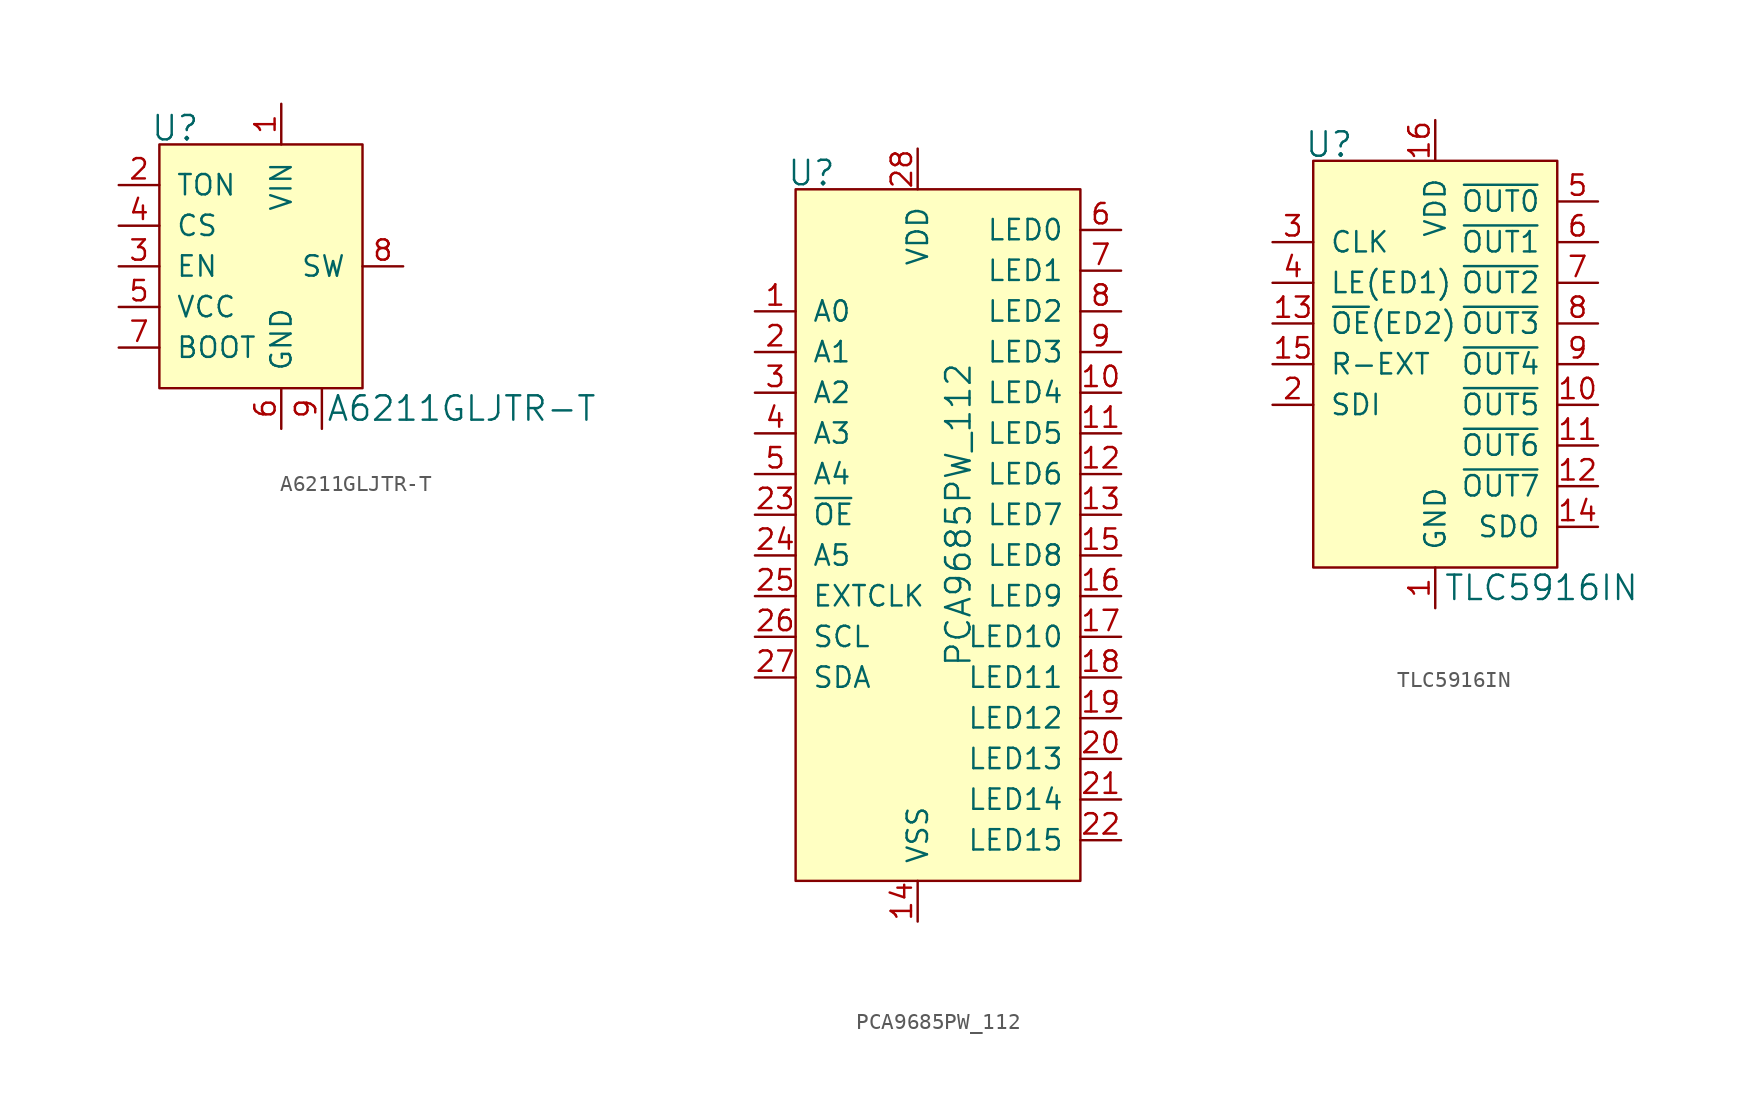
<source format=kicad_sym>
(kicad_symbol_lib
  (version 20231120)
  (generator "kicad_symbol_editor")
  (generator_version "8.0")
  (symbol "A6211GLJTR-T"
    (pin_names
      (offset 1.016))
    (property "Reference" "U"
      (at -2.54 6.096 0)
      (effects (font (size 1.524 1.524)) (justify right)))
    (property "Value" "A6211GLJTR-T"
      (at 5.334 -11.43 0)
      (effects (font (size 1.524 1.524)) (justify left)))
    (symbol "A6211GLJTR-T_0_1"
      (rectangle (start -5.08 5.08) (end 7.62 -10.16) (stroke (width 0) (type solid)) (fill (type background))))
    (symbol "A6211GLJTR-T_1_1"
      (pin power_in line (at 2.54 7.62 270) (length 2.54) (name "VIN" (effects (font (size 1.27 1.27)))) (number "1" (effects (font (size 1.27 1.27)))))
      (pin passive line (at -7.62 2.54 0) (length 2.54) (name "TON" (effects (font (size 1.27 1.27)))) (number "2" (effects (font (size 1.27 1.27)))))
      (pin input line (at -7.62 -2.54 0) (length 2.54) (name "EN" (effects (font (size 1.27 1.27)))) (number "3" (effects (font (size 1.27 1.27)))))
      (pin input line (at -7.62 0 0) (length 2.54) (name "CS" (effects (font (size 1.27 1.27)))) (number "4" (effects (font (size 1.27 1.27)))))
      (pin passive line (at -7.62 -5.08 0) (length 2.54) (name "VCC" (effects (font (size 1.27 1.27)))) (number "5" (effects (font (size 1.27 1.27)))))
      (pin power_in line (at 2.54 -12.7 90) (length 2.54) (name "GND" (effects (font (size 1.27 1.27)))) (number "6" (effects (font (size 1.27 1.27)))))
      (pin passive line (at -7.62 -7.62 0) (length 2.54) (name "BOOT" (effects (font (size 1.27 1.27)))) (number "7" (effects (font (size 1.27 1.27)))))
      (pin output line (at 10.16 -2.54 180) (length 2.54) (name "SW" (effects (font (size 1.27 1.27)))) (number "8" (effects (font (size 1.27 1.27)))))
      (pin power_in line (at 5.08 -12.7 90) (length 2.54) (name "~" (effects (font (size 1.27 1.27)))) (number "9" (effects (font (size 1.27 1.27)))))))
  (symbol "PCA9685PW_112"
    (pin_names
      (offset 1.016))
    (property "Reference" "U"
      (at -7.62 21.336 0)
      (effects (font (size 1.524 1.524)) (justify right)))
    (property "Value" "PCA9685PW_112"
      (at 0 0 90)
      (effects (font (size 1.524 1.524))))
    (symbol "PCA9685PW_112_0_1"
      (rectangle (start -10.16 20.32) (end 7.62 -22.86) (stroke (width 0) (type solid)) (fill (type background))))
    (symbol "PCA9685PW_112_1_1"
      (pin input line (at -12.7 12.7 0) (length 2.54) (name "A0" (effects (font (size 1.27 1.27)))) (number "1" (effects (font (size 1.27 1.27)))))
      (pin power_out line (at 10.16 7.62 180) (length 2.54) (name "LED4" (effects (font (size 1.27 1.27)))) (number "10" (effects (font (size 1.27 1.27)))))
      (pin power_out line (at 10.16 5.08 180) (length 2.54) (name "LED5" (effects (font (size 1.27 1.27)))) (number "11" (effects (font (size 1.27 1.27)))))
      (pin power_out line (at 10.16 2.54 180) (length 2.54) (name "LED6" (effects (font (size 1.27 1.27)))) (number "12" (effects (font (size 1.27 1.27)))))
      (pin power_out line (at 10.16 0 180) (length 2.54) (name "LED7" (effects (font (size 1.27 1.27)))) (number "13" (effects (font (size 1.27 1.27)))))
      (pin power_in line (at -2.54 -25.4 90) (length 2.54) (name "VSS" (effects (font (size 1.27 1.27)))) (number "14" (effects (font (size 1.27 1.27)))))
      (pin power_out line (at 10.16 -2.54 180) (length 2.54) (name "LED8" (effects (font (size 1.27 1.27)))) (number "15" (effects (font (size 1.27 1.27)))))
      (pin power_out line (at 10.16 -5.08 180) (length 2.54) (name "LED9" (effects (font (size 1.27 1.27)))) (number "16" (effects (font (size 1.27 1.27)))))
      (pin power_out line (at 10.16 -7.62 180) (length 2.54) (name "LED10" (effects (font (size 1.27 1.27)))) (number "17" (effects (font (size 1.27 1.27)))))
      (pin power_out line (at 10.16 -10.16 180) (length 2.54) (name "LED11" (effects (font (size 1.27 1.27)))) (number "18" (effects (font (size 1.27 1.27)))))
      (pin power_out line (at 10.16 -12.7 180) (length 2.54) (name "LED12" (effects (font (size 1.27 1.27)))) (number "19" (effects (font (size 1.27 1.27)))))
      (pin input line (at -12.7 10.16 0) (length 2.54) (name "A1" (effects (font (size 1.27 1.27)))) (number "2" (effects (font (size 1.27 1.27)))))
      (pin power_out line (at 10.16 -15.24 180) (length 2.54) (name "LED13" (effects (font (size 1.27 1.27)))) (number "20" (effects (font (size 1.27 1.27)))))
      (pin power_out line (at 10.16 -17.78 180) (length 2.54) (name "LED14" (effects (font (size 1.27 1.27)))) (number "21" (effects (font (size 1.27 1.27)))))
      (pin power_out line (at 10.16 -20.32 180) (length 2.54) (name "LED15" (effects (font (size 1.27 1.27)))) (number "22" (effects (font (size 1.27 1.27)))))
      (pin input line (at -12.7 0 0) (length 2.54) (name "~{OE}" (effects (font (size 1.27 1.27)))) (number "23" (effects (font (size 1.27 1.27)))))
      (pin input line (at -12.7 -2.54 0) (length 2.54) (name "A5" (effects (font (size 1.27 1.27)))) (number "24" (effects (font (size 1.27 1.27)))))
      (pin input line (at -12.7 -5.08 0) (length 2.54) (name "EXTCLK" (effects (font (size 1.27 1.27)))) (number "25" (effects (font (size 1.27 1.27)))))
      (pin input line (at -12.7 -7.62 0) (length 2.54) (name "SCL" (effects (font (size 1.27 1.27)))) (number "26" (effects (font (size 1.27 1.27)))))
      (pin bidirectional line (at -12.7 -10.16 0) (length 2.54) (name "SDA" (effects (font (size 1.27 1.27)))) (number "27" (effects (font (size 1.27 1.27)))))
      (pin power_in line (at -2.54 22.86 270) (length 2.54) (name "VDD" (effects (font (size 1.27 1.27)))) (number "28" (effects (font (size 1.27 1.27)))))
      (pin input line (at -12.7 7.62 0) (length 2.54) (name "A2" (effects (font (size 1.27 1.27)))) (number "3" (effects (font (size 1.27 1.27)))))
      (pin input line (at -12.7 5.08 0) (length 2.54) (name "A3" (effects (font (size 1.27 1.27)))) (number "4" (effects (font (size 1.27 1.27)))))
      (pin input line (at -12.7 2.54 0) (length 2.54) (name "A4" (effects (font (size 1.27 1.27)))) (number "5" (effects (font (size 1.27 1.27)))))
      (pin power_out line (at 10.16 17.78 180) (length 2.54) (name "LED0" (effects (font (size 1.27 1.27)))) (number "6" (effects (font (size 1.27 1.27)))))
      (pin power_out line (at 10.16 15.24 180) (length 2.54) (name "LED1" (effects (font (size 1.27 1.27)))) (number "7" (effects (font (size 1.27 1.27)))))
      (pin power_out line (at 10.16 12.7 180) (length 2.54) (name "LED2" (effects (font (size 1.27 1.27)))) (number "8" (effects (font (size 1.27 1.27)))))
      (pin power_out line (at 10.16 10.16 180) (length 2.54) (name "LED3" (effects (font (size 1.27 1.27)))) (number "9" (effects (font (size 1.27 1.27)))))))
  (symbol "TLC5916IN"
    (pin_names
      (offset 1.016))
    (property "Reference" "U"
      (at -5.08 6.096 0)
      (effects (font (size 1.524 1.524)) (justify right)))
    (property "Value" "TLC5916IN"
      (at 0.508 -21.59 0)
      (effects (font (size 1.524 1.524)) (justify left)))
    (symbol "TLC5916IN_0_1"
      (rectangle (start 7.62 5.08) (end -7.62 -20.32) (stroke (width 0) (type solid)) (fill (type background))))
    (symbol "TLC5916IN_1_1"
      (pin power_in line (at 0 -22.86 90) (length 2.54) (name "GND" (effects (font (size 1.27 1.27)))) (number "1" (effects (font (size 1.27 1.27)))))
      (pin power_out line (at 10.16 -10.16 180) (length 2.54) (name "~{OUT5}" (effects (font (size 1.27 1.27)))) (number "10" (effects (font (size 1.27 1.27)))))
      (pin power_out line (at 10.16 -12.7 180) (length 2.54) (name "~{OUT6}" (effects (font (size 1.27 1.27)))) (number "11" (effects (font (size 1.27 1.27)))))
      (pin power_out line (at 10.16 -15.24 180) (length 2.54) (name "~{OUT7}" (effects (font (size 1.27 1.27)))) (number "12" (effects (font (size 1.27 1.27)))))
      (pin input line (at -10.16 -5.08 0) (length 2.54) (name "~{OE}(ED2)" (effects (font (size 1.27 1.27)))) (number "13" (effects (font (size 1.27 1.27)))))
      (pin power_out line (at 10.16 -17.78 180) (length 2.54) (name "SDO" (effects (font (size 1.27 1.27)))) (number "14" (effects (font (size 1.27 1.27)))))
      (pin passive line (at -10.16 -7.62 0) (length 2.54) (name "R-EXT" (effects (font (size 1.27 1.27)))) (number "15" (effects (font (size 1.27 1.27)))))
      (pin power_in line (at 0 7.62 270) (length 2.54) (name "VDD" (effects (font (size 1.27 1.27)))) (number "16" (effects (font (size 1.27 1.27)))))
      (pin input line (at -10.16 -10.16 0) (length 2.54) (name "SDI" (effects (font (size 1.27 1.27)))) (number "2" (effects (font (size 1.27 1.27)))))
      (pin input line (at -10.16 0 0) (length 2.54) (name "CLK" (effects (font (size 1.27 1.27)))) (number "3" (effects (font (size 1.27 1.27)))))
      (pin input line (at -10.16 -2.54 0) (length 2.54) (name "LE(ED1)" (effects (font (size 1.27 1.27)))) (number "4" (effects (font (size 1.27 1.27)))))
      (pin power_out line (at 10.16 2.54 180) (length 2.54) (name "~{OUT0}" (effects (font (size 1.27 1.27)))) (number "5" (effects (font (size 1.27 1.27)))))
      (pin power_out line (at 10.16 0 180) (length 2.54) (name "~{OUT1}" (effects (font (size 1.27 1.27)))) (number "6" (effects (font (size 1.27 1.27)))))
      (pin power_out line (at 10.16 -2.54 180) (length 2.54) (name "~{OUT2}" (effects (font (size 1.27 1.27)))) (number "7" (effects (font (size 1.27 1.27)))))
      (pin power_out line (at 10.16 -5.08 180) (length 2.54) (name "~{OUT3}" (effects (font (size 1.27 1.27)))) (number "8" (effects (font (size 1.27 1.27)))))
      (pin power_out line (at 10.16 -7.62 180) (length 2.54) (name "~{OUT4}" (effects (font (size 1.27 1.27)))) (number "9" (effects (font (size 1.27 1.27))))))))
</source>
